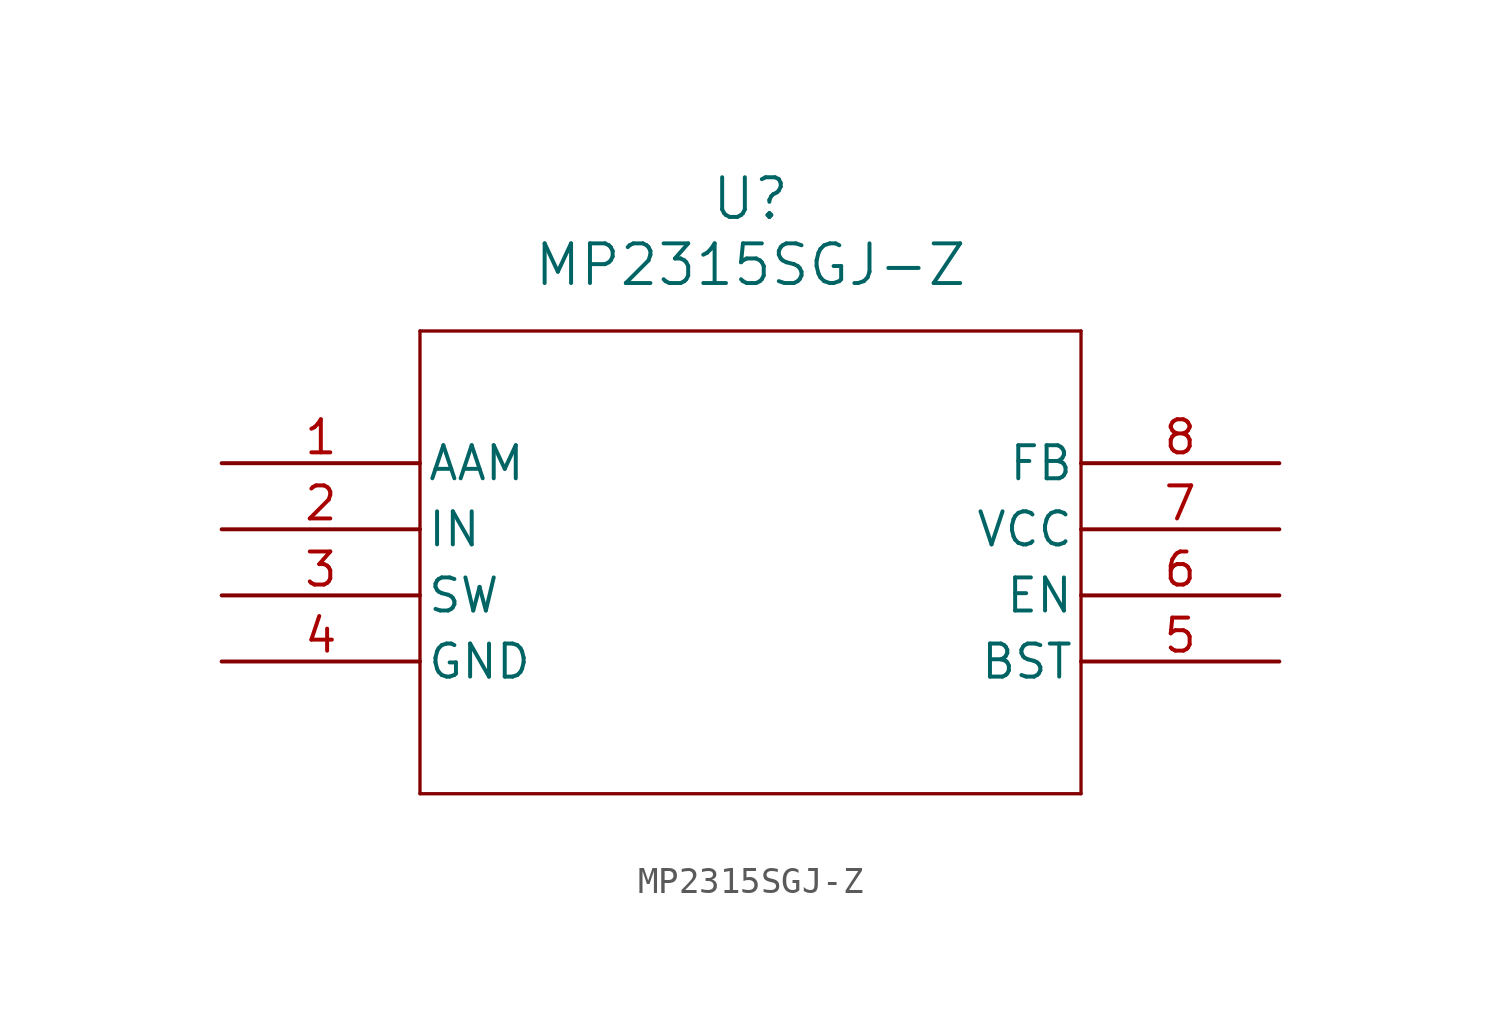
<source format=kicad_sym>
(kicad_symbol_lib
  (version 20211014)
  (generator kicad_symbol_editor)
  (symbol "MP2315SGJ-Z"
    (pin_names
      (offset 0.254))
    (property "Reference" "U"
      (at 20.32 10.16 0)
      (effects (font (size 1.524 1.524))))
    (property "Value" "MP2315SGJ-Z"
      (at 20.32 7.62 0)
      (effects (font (size 1.524 1.524))))
    (symbol "MP2315SGJ-Z_0_1"
      (polyline (pts (xy 7.62 5.08) (xy 7.62 -12.7)) (stroke (width 0.127) (type default) (color 0 0 0 0)) (fill (type none)))
      (polyline (pts (xy 7.62 -12.7) (xy 33.02 -12.7)) (stroke (width 0.127) (type default) (color 0 0 0 0)) (fill (type none)))
      (polyline (pts (xy 33.02 -12.7) (xy 33.02 5.08)) (stroke (width 0.127) (type default) (color 0 0 0 0)) (fill (type none)))
      (polyline (pts (xy 33.02 5.08) (xy 7.62 5.08)) (stroke (width 0.127) (type default) (color 0 0 0 0)) (fill (type none)))
      (pin unspecified line (at 0 0 0) (length 7.62) (name "AAM" (effects (font (size 1.27 1.27)))) (number "1" (effects (font (size 1.27 1.27)))))
      (pin power_in line (at 0 -2.54 0) (length 7.62) (name "IN" (effects (font (size 1.27 1.27)))) (number "2" (effects (font (size 1.27 1.27)))))
      (pin output line (at 0 -5.08 0) (length 7.62) (name "SW" (effects (font (size 1.27 1.27)))) (number "3" (effects (font (size 1.27 1.27)))))
      (pin power_in line (at 0 -7.62 0) (length 7.62) (name "GND" (effects (font (size 1.27 1.27)))) (number "4" (effects (font (size 1.27 1.27)))))
      (pin power_in line (at 40.64 -7.62 180) (length 7.62) (name "BST" (effects (font (size 1.27 1.27)))) (number "5" (effects (font (size 1.27 1.27)))))
      (pin unspecified line (at 40.64 -5.08 180) (length 7.62) (name "EN" (effects (font (size 1.27 1.27)))) (number "6" (effects (font (size 1.27 1.27)))))
      (pin power_in line (at 40.64 -2.54 180) (length 7.62) (name "VCC" (effects (font (size 1.27 1.27)))) (number "7" (effects (font (size 1.27 1.27)))))
      (pin unspecified line (at 40.64 0 180) (length 7.62) (name "FB" (effects (font (size 1.27 1.27)))) (number "8" (effects (font (size 1.27 1.27))))))))
</source>
